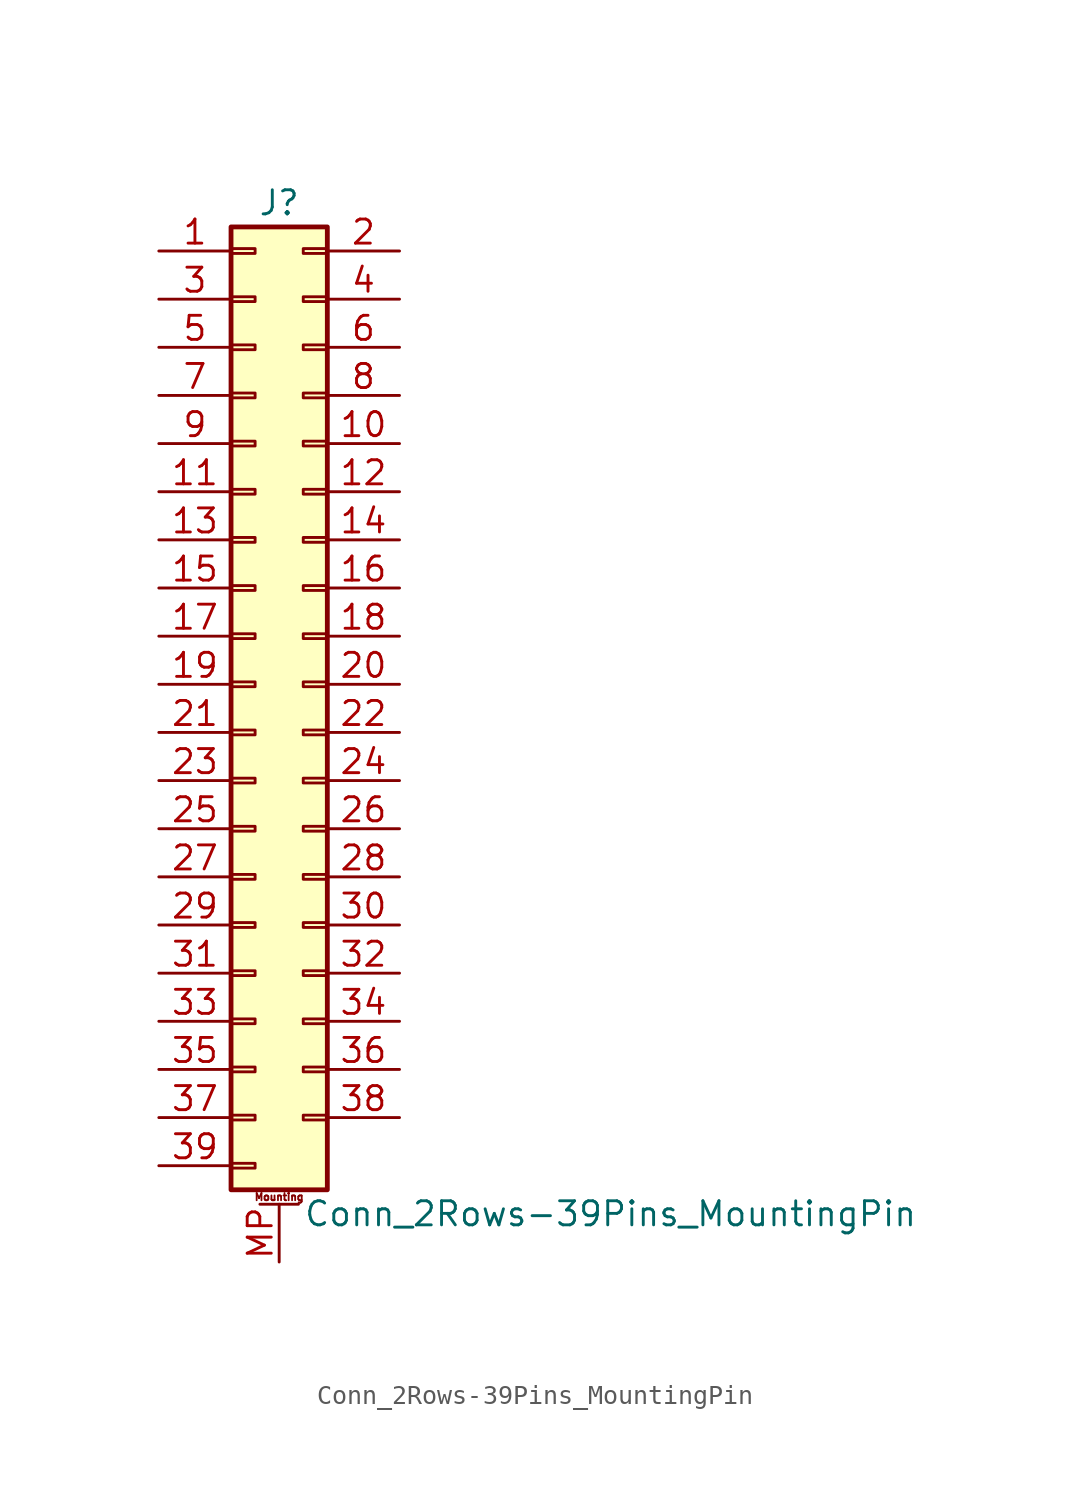
<source format=kicad_sym>
(kicad_symbol_lib
  (version 20201005)
  (generator kicad_symbol_editor)
  (symbol "Conn_2Rows-39Pins_MountingPin"
    (pin_names
      (offset 1.016) hide)
    (property "Reference" "J"
      (at 1.27 25.4 0)
      (effects (font (size 1.27 1.27))))
    (property "Value" "Conn_2Rows-39Pins_MountingPin"
      (at 2.54 -27.94 0)
      (effects (font (size 1.27 1.27)) (justify left)))
    (symbol "Conn_2Rows-39Pins_MountingPin_1_1"
      (text "Mounting" (at 1.27 -27.051 0) (effects (font (size 0.381 0.381))))
      (rectangle (start -1.27 -25.273) (end 0 -25.527) (stroke (width 0.152)) (fill (type none)))
      (rectangle (start -1.27 -22.733) (end 0 -22.987) (stroke (width 0.152)) (fill (type none)))
      (rectangle (start -1.27 -20.193) (end 0 -20.447) (stroke (width 0.152)) (fill (type none)))
      (rectangle (start -1.27 -17.653) (end 0 -17.907) (stroke (width 0.152)) (fill (type none)))
      (rectangle (start -1.27 -15.113) (end 0 -15.367) (stroke (width 0.152)) (fill (type none)))
      (rectangle (start -1.27 -12.573) (end 0 -12.827) (stroke (width 0.152)) (fill (type none)))
      (rectangle (start -1.27 -10.033) (end 0 -10.287) (stroke (width 0.152)) (fill (type none)))
      (rectangle (start -1.27 -7.493) (end 0 -7.747) (stroke (width 0.152)) (fill (type none)))
      (rectangle (start -1.27 -4.953) (end 0 -5.207) (stroke (width 0.152)) (fill (type none)))
      (rectangle (start -1.27 -2.413) (end 0 -2.667) (stroke (width 0.152)) (fill (type none)))
      (rectangle (start -1.27 0.127) (end 0 -0.127) (stroke (width 0.152)) (fill (type none)))
      (rectangle (start -1.27 2.667) (end 0 2.413) (stroke (width 0.152)) (fill (type none)))
      (rectangle (start -1.27 5.207) (end 0 4.953) (stroke (width 0.152)) (fill (type none)))
      (rectangle (start -1.27 7.747) (end 0 7.493) (stroke (width 0.152)) (fill (type none)))
      (rectangle (start -1.27 10.287) (end 0 10.033) (stroke (width 0.152)) (fill (type none)))
      (rectangle (start -1.27 12.827) (end 0 12.573) (stroke (width 0.152)) (fill (type none)))
      (rectangle (start -1.27 15.367) (end 0 15.113) (stroke (width 0.152)) (fill (type none)))
      (rectangle (start -1.27 17.907) (end 0 17.653) (stroke (width 0.152)) (fill (type none)))
      (rectangle (start -1.27 20.447) (end 0 20.193) (stroke (width 0.152)) (fill (type none)))
      (rectangle (start -1.27 22.987) (end 0 22.733) (stroke (width 0.152)) (fill (type none)))
      (rectangle (start 3.81 -22.733) (end 2.54 -22.987) (stroke (width 0.152)) (fill (type none)))
      (rectangle (start 3.81 -20.193) (end 2.54 -20.447) (stroke (width 0.152)) (fill (type none)))
      (rectangle (start 3.81 -17.653) (end 2.54 -17.907) (stroke (width 0.152)) (fill (type none)))
      (rectangle (start 3.81 -15.113) (end 2.54 -15.367) (stroke (width 0.152)) (fill (type none)))
      (rectangle (start 3.81 -12.573) (end 2.54 -12.827) (stroke (width 0.152)) (fill (type none)))
      (rectangle (start 3.81 -10.033) (end 2.54 -10.287) (stroke (width 0.152)) (fill (type none)))
      (rectangle (start 3.81 -7.493) (end 2.54 -7.747) (stroke (width 0.152)) (fill (type none)))
      (rectangle (start 3.81 -4.953) (end 2.54 -5.207) (stroke (width 0.152)) (fill (type none)))
      (rectangle (start 3.81 -2.413) (end 2.54 -2.667) (stroke (width 0.152)) (fill (type none)))
      (rectangle (start 3.81 0.127) (end 2.54 -0.127) (stroke (width 0.152)) (fill (type none)))
      (rectangle (start 3.81 2.667) (end 2.54 2.413) (stroke (width 0.152)) (fill (type none)))
      (rectangle (start 3.81 5.207) (end 2.54 4.953) (stroke (width 0.152)) (fill (type none)))
      (rectangle (start 3.81 7.747) (end 2.54 7.493) (stroke (width 0.152)) (fill (type none)))
      (rectangle (start 3.81 10.287) (end 2.54 10.033) (stroke (width 0.152)) (fill (type none)))
      (rectangle (start 3.81 12.827) (end 2.54 12.573) (stroke (width 0.152)) (fill (type none)))
      (rectangle (start 3.81 15.367) (end 2.54 15.113) (stroke (width 0.152)) (fill (type none)))
      (rectangle (start 3.81 17.907) (end 2.54 17.653) (stroke (width 0.152)) (fill (type none)))
      (rectangle (start 3.81 20.447) (end 2.54 20.193) (stroke (width 0.152)) (fill (type none)))
      (rectangle (start 3.81 22.987) (end 2.54 22.733) (stroke (width 0.152)) (fill (type none)))
      (rectangle (start -1.27 24.13) (end 3.81 -26.67) (stroke (width 0.254)) (fill (type background)))
      (polyline (pts (xy 0.254 -27.432) (xy 2.286 -27.432)) (stroke (width 0.152)) (fill (type none)))
      (pin passive line (at -5.08 22.86 0) (length 3.81) (name "Pin_1" (effects (font (size 1.27 1.27)))) (number "1" (effects (font (size 1.27 1.27)))))
      (pin passive line (at 7.62 12.7 180) (length 3.81) (name "Pin_10" (effects (font (size 1.27 1.27)))) (number "10" (effects (font (size 1.27 1.27)))))
      (pin passive line (at -5.08 10.16 0) (length 3.81) (name "Pin_11" (effects (font (size 1.27 1.27)))) (number "11" (effects (font (size 1.27 1.27)))))
      (pin passive line (at 7.62 10.16 180) (length 3.81) (name "Pin_12" (effects (font (size 1.27 1.27)))) (number "12" (effects (font (size 1.27 1.27)))))
      (pin passive line (at -5.08 7.62 0) (length 3.81) (name "Pin_13" (effects (font (size 1.27 1.27)))) (number "13" (effects (font (size 1.27 1.27)))))
      (pin passive line (at 7.62 7.62 180) (length 3.81) (name "Pin_14" (effects (font (size 1.27 1.27)))) (number "14" (effects (font (size 1.27 1.27)))))
      (pin passive line (at -5.08 5.08 0) (length 3.81) (name "Pin_15" (effects (font (size 1.27 1.27)))) (number "15" (effects (font (size 1.27 1.27)))))
      (pin passive line (at 7.62 5.08 180) (length 3.81) (name "Pin_16" (effects (font (size 1.27 1.27)))) (number "16" (effects (font (size 1.27 1.27)))))
      (pin passive line (at -5.08 2.54 0) (length 3.81) (name "Pin_17" (effects (font (size 1.27 1.27)))) (number "17" (effects (font (size 1.27 1.27)))))
      (pin passive line (at 7.62 2.54 180) (length 3.81) (name "Pin_18" (effects (font (size 1.27 1.27)))) (number "18" (effects (font (size 1.27 1.27)))))
      (pin passive line (at -5.08 0 0) (length 3.81) (name "Pin_19" (effects (font (size 1.27 1.27)))) (number "19" (effects (font (size 1.27 1.27)))))
      (pin passive line (at 7.62 22.86 180) (length 3.81) (name "Pin_2" (effects (font (size 1.27 1.27)))) (number "2" (effects (font (size 1.27 1.27)))))
      (pin passive line (at 7.62 0 180) (length 3.81) (name "Pin_20" (effects (font (size 1.27 1.27)))) (number "20" (effects (font (size 1.27 1.27)))))
      (pin passive line (at -5.08 -2.54 0) (length 3.81) (name "Pin_21" (effects (font (size 1.27 1.27)))) (number "21" (effects (font (size 1.27 1.27)))))
      (pin passive line (at 7.62 -2.54 180) (length 3.81) (name "Pin_22" (effects (font (size 1.27 1.27)))) (number "22" (effects (font (size 1.27 1.27)))))
      (pin passive line (at -5.08 -5.08 0) (length 3.81) (name "Pin_23" (effects (font (size 1.27 1.27)))) (number "23" (effects (font (size 1.27 1.27)))))
      (pin passive line (at 7.62 -5.08 180) (length 3.81) (name "Pin_24" (effects (font (size 1.27 1.27)))) (number "24" (effects (font (size 1.27 1.27)))))
      (pin passive line (at -5.08 -7.62 0) (length 3.81) (name "Pin_25" (effects (font (size 1.27 1.27)))) (number "25" (effects (font (size 1.27 1.27)))))
      (pin passive line (at 7.62 -7.62 180) (length 3.81) (name "Pin_26" (effects (font (size 1.27 1.27)))) (number "26" (effects (font (size 1.27 1.27)))))
      (pin passive line (at -5.08 -10.16 0) (length 3.81) (name "Pin_27" (effects (font (size 1.27 1.27)))) (number "27" (effects (font (size 1.27 1.27)))))
      (pin passive line (at 7.62 -10.16 180) (length 3.81) (name "Pin_28" (effects (font (size 1.27 1.27)))) (number "28" (effects (font (size 1.27 1.27)))))
      (pin passive line (at -5.08 -12.7 0) (length 3.81) (name "Pin_29" (effects (font (size 1.27 1.27)))) (number "29" (effects (font (size 1.27 1.27)))))
      (pin passive line (at -5.08 20.32 0) (length 3.81) (name "Pin_3" (effects (font (size 1.27 1.27)))) (number "3" (effects (font (size 1.27 1.27)))))
      (pin passive line (at 7.62 -12.7 180) (length 3.81) (name "Pin_30" (effects (font (size 1.27 1.27)))) (number "30" (effects (font (size 1.27 1.27)))))
      (pin passive line (at -5.08 -15.24 0) (length 3.81) (name "Pin_31" (effects (font (size 1.27 1.27)))) (number "31" (effects (font (size 1.27 1.27)))))
      (pin passive line (at 7.62 -15.24 180) (length 3.81) (name "Pin_32" (effects (font (size 1.27 1.27)))) (number "32" (effects (font (size 1.27 1.27)))))
      (pin passive line (at -5.08 -17.78 0) (length 3.81) (name "Pin_33" (effects (font (size 1.27 1.27)))) (number "33" (effects (font (size 1.27 1.27)))))
      (pin passive line (at 7.62 -17.78 180) (length 3.81) (name "Pin_34" (effects (font (size 1.27 1.27)))) (number "34" (effects (font (size 1.27 1.27)))))
      (pin passive line (at -5.08 -20.32 0) (length 3.81) (name "Pin_35" (effects (font (size 1.27 1.27)))) (number "35" (effects (font (size 1.27 1.27)))))
      (pin passive line (at 7.62 -20.32 180) (length 3.81) (name "Pin_36" (effects (font (size 1.27 1.27)))) (number "36" (effects (font (size 1.27 1.27)))))
      (pin passive line (at -5.08 -22.86 0) (length 3.81) (name "Pin_37" (effects (font (size 1.27 1.27)))) (number "37" (effects (font (size 1.27 1.27)))))
      (pin passive line (at 7.62 -22.86 180) (length 3.81) (name "Pin_38" (effects (font (size 1.27 1.27)))) (number "38" (effects (font (size 1.27 1.27)))))
      (pin passive line (at -5.08 -25.4 0) (length 3.81) (name "Pin_39" (effects (font (size 1.27 1.27)))) (number "39" (effects (font (size 1.27 1.27)))))
      (pin passive line (at 7.62 20.32 180) (length 3.81) (name "Pin_4" (effects (font (size 1.27 1.27)))) (number "4" (effects (font (size 1.27 1.27)))))
      (pin passive line (at -5.08 17.78 0) (length 3.81) (name "Pin_5" (effects (font (size 1.27 1.27)))) (number "5" (effects (font (size 1.27 1.27)))))
      (pin passive line (at 7.62 17.78 180) (length 3.81) (name "Pin_6" (effects (font (size 1.27 1.27)))) (number "6" (effects (font (size 1.27 1.27)))))
      (pin passive line (at -5.08 15.24 0) (length 3.81) (name "Pin_7" (effects (font (size 1.27 1.27)))) (number "7" (effects (font (size 1.27 1.27)))))
      (pin passive line (at 7.62 15.24 180) (length 3.81) (name "Pin_8" (effects (font (size 1.27 1.27)))) (number "8" (effects (font (size 1.27 1.27)))))
      (pin passive line (at -5.08 12.7 0) (length 3.81) (name "Pin_9" (effects (font (size 1.27 1.27)))) (number "9" (effects (font (size 1.27 1.27)))))
      (pin passive line (at 1.27 -30.48 90) (length 3.048) (name "MountPin" (effects (font (size 1.27 1.27)))) (number "MP" (effects (font (size 1.27 1.27))))))))
</source>
